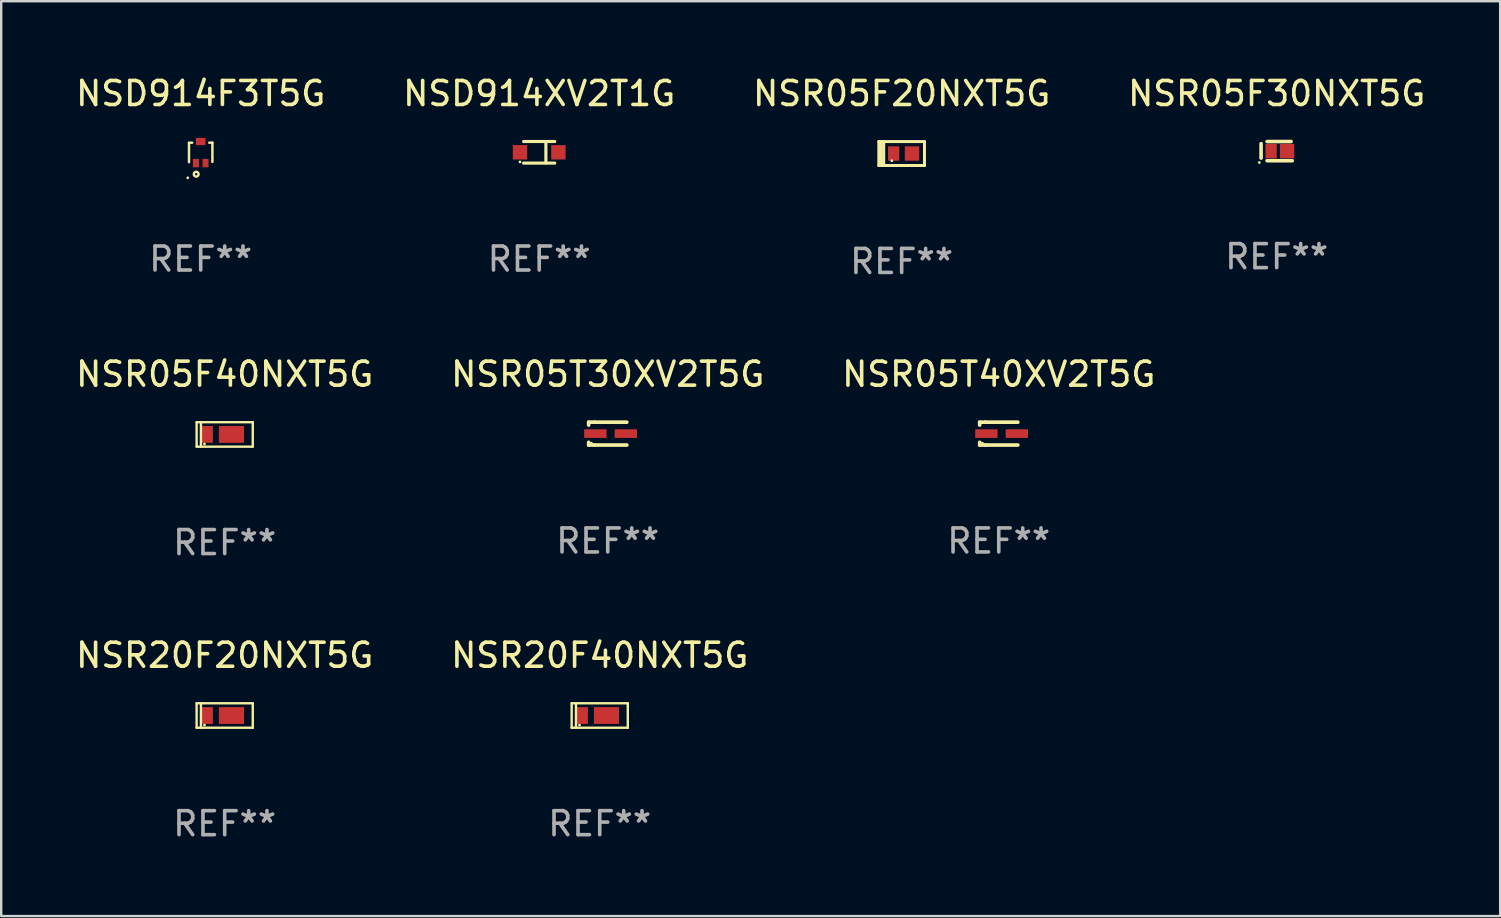
<source format=kicad_pcb>
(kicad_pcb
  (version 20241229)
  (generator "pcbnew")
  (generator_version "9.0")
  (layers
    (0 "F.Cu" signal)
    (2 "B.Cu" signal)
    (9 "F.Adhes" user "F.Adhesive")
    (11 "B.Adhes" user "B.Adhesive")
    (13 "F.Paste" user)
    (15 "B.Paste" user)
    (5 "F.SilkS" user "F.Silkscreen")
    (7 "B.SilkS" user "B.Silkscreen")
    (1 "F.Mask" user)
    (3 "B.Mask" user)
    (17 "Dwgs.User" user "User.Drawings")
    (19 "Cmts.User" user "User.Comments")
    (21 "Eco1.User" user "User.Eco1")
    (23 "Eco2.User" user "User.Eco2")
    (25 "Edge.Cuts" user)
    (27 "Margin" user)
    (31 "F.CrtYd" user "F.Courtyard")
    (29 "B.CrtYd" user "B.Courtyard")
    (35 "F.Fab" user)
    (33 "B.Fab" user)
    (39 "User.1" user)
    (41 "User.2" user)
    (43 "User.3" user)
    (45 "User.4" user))
  (footprint "NSD914F3T5G"
    (layer "F.Cu")
    (at 5.315 3.298)
    (property "Reference" "NSD914F3T5G" (at 0 -2.45 0) (layer "F.SilkS") (effects (font (size 1 1) (thickness 0.15))))
    (attr through_hole)
    (fp_line (start -0.488 0.412) (end -0.488 -0.388) (stroke (width 0.102) (type solid)) (layer "F.SilkS"))
    (fp_line (start -0.355 -0.4) (end -0.488 -0.4) (stroke (width 0.102) (type solid)) (layer "F.SilkS"))
    (fp_line (start 0.488 -0.4) (end 0.355 -0.4) (stroke (width 0.102) (type solid)) (layer "F.SilkS"))
    (fp_line (start 0.488 -0.4) (end 0.488 0.4) (stroke (width 0.102) (type solid)) (layer "F.SilkS"))
    (fp_circle (center -0.539 1.063) (end -0.509 1.063) (stroke (width 0.06) (type solid)) (fill no) (layer "F.SilkS"))
    (fp_circle (center -0.188 0.912) (end -0.088 0.912) (stroke (width 0.102) (type solid)) (fill no) (layer "F.SilkS"))
    (fp_text user "REF**" (at 0 4.45 0) (layer "F.Fab") (effects (font (size 1 1) (thickness 0.15))))
    (pad "1" smd rect (at -0.2 0.45 90) (size 0.35 0.25) (layers "F.Cu" "F.Mask" "F.Paste"))
    (pad "2" smd rect (at 0.2 0.45 90) (size 0.35 0.25) (layers "F.Cu" "F.Mask" "F.Paste"))
    (pad "3" smd rect (at -0.000229 -0.45 90) (size 0.3 0.4) (layers "F.Cu" "F.Mask" "F.Paste")))
  (footprint "NSR05F40NXT5G"
    (layer "F.Cu")
    (at 6.315 15.056)
    (property "Reference" "NSR05F40NXT5G" (at 0 -2.51 0) (layer "F.SilkS") (effects (font (size 1 1) (thickness 0.15))))
    (attr through_hole)
    (fp_line (start -1.17 -0.51) (end -1.17 0.51) (stroke (width 0.1) (type solid)) (layer "F.SilkS"))
    (fp_line (start -1.17 -0.51) (end 1.17 -0.51) (stroke (width 0.1) (type solid)) (layer "F.SilkS"))
    (fp_line (start -1.17 0.51) (end 1.17 0.51) (stroke (width 0.1) (type solid)) (layer "F.SilkS"))
    (fp_line (start -0.99 -0.51) (end -0.99 0.51) (stroke (width 0.1) (type solid)) (layer "F.SilkS"))
    (fp_line (start 1.17 -0.51) (end 1.17 0.51) (stroke (width 0.1) (type solid)) (layer "F.SilkS"))
    (fp_circle (center -0.842 0.4) (end -0.812 0.4) (stroke (width 0.06) (type solid)) (fill no) (layer "F.SilkS"))
    (fp_text user "REF**" (at 0 4.51 0) (layer "F.Fab") (effects (font (size 1 1) (thickness 0.15))))
    (pad "1" smd rect (at -0.753 0) (size 0.52 0.7) (layers "F.Cu" "F.Mask" "F.Paste"))
    (pad "2" smd rect (at 0.282 0) (size 1.05 0.7) (layers "F.Cu" "F.Mask" "F.Paste")))
  (footprint "NSD914XV2T1G"
    (layer "F.Cu")
    (at 19.423 3.298)
    (property "Reference" "NSD914XV2T1G" (at 0 -2.45 0) (layer "F.SilkS") (effects (font (size 1 1) (thickness 0.15))))
    (attr through_hole)
    (fp_line (start -0.65 -0.45) (end 0.65 -0.45) (stroke (width 0.13) (type solid)) (layer "F.SilkS"))
    (fp_line (start -0.65 0.45) (end 0.65 0.45) (stroke (width 0.13) (type solid)) (layer "F.SilkS"))
    (fp_line (start 0.279 -0.406) (end 0.279 0.444) (stroke (width 0.13) (type solid)) (layer "F.SilkS"))
    (fp_circle (center -0.8 0.4) (end -0.77 0.4) (stroke (width 0.06) (type solid)) (fill no) (layer "F.SilkS"))
    (fp_text user "REF**" (at 0 4.45 0) (layer "F.Fab") (effects (font (size 1 1) (thickness 0.15))))
    (pad "1" smd rect (at -0.8 0) (size 0.6 0.6) (layers "F.Cu" "F.Mask" "F.Paste"))
    (pad "2" smd rect (at 0.8 0 180) (size 0.6 0.6) (layers "F.Cu" "F.Mask" "F.Paste")))
  (footprint "NSR05T30XV2T5G"
    (layer "F.Cu")
    (at 22.28 15.022)
    (property "Reference" "NSR05T30XV2T5G" (at 0 -2.476 0) (layer "F.SilkS") (effects (font (size 1 1) (thickness 0.15))))
    (attr through_hole)
    (fp_line (start -0.795 -0.476) (end -0.795 -0.356) (stroke (width 0.152) (type solid)) (layer "F.SilkS"))
    (fp_line (start -0.795 0.363) (end -0.795 0.476) (stroke (width 0.152) (type solid)) (layer "F.SilkS"))
    (fp_line (start -0.795 0.476) (end -0.557 0.476) (stroke (width 0.152) (type solid)) (layer "F.SilkS"))
    (fp_line (start -0.557 -0.476) (end -0.795 -0.476) (stroke (width 0.152) (type solid)) (layer "F.SilkS"))
    (fp_line (start -0.557 -0.476) (end 0.795 -0.476) (stroke (width 0.152) (type solid)) (layer "F.SilkS"))
    (fp_line (start -0.557 0.476) (end 0.795 0.476) (stroke (width 0.152) (type solid)) (layer "F.SilkS"))
    (fp_circle (center -0.681 0.4) (end -0.651 0.4) (stroke (width 0.06) (type solid)) (fill no) (layer "F.SilkS"))
    (fp_text user "REF**" (at 0 4.476 0) (layer "F.Fab") (effects (font (size 1 1) (thickness 0.15))))
    (pad "1" smd rect (at -0.516 0 180) (size 0.93 0.36) (layers "F.Cu" "F.Mask" "F.Paste"))
    (pad "2" smd rect (at 0.754 0 180) (size 0.93 0.36) (layers "F.Cu" "F.Mask" "F.Paste")))
  (footprint "NSR05T40XV2T5G"
    (layer "F.Cu")
    (at 38.577 15.022)
    (property "Reference" "NSR05T40XV2T5G" (at 0 -2.476 0) (layer "F.SilkS") (effects (font (size 1 1) (thickness 0.15))))
    (attr through_hole)
    (fp_line (start -0.795 -0.476) (end -0.795 -0.356) (stroke (width 0.152) (type solid)) (layer "F.SilkS"))
    (fp_line (start -0.795 0.363) (end -0.795 0.476) (stroke (width 0.152) (type solid)) (layer "F.SilkS"))
    (fp_line (start -0.795 0.476) (end -0.557 0.476) (stroke (width 0.152) (type solid)) (layer "F.SilkS"))
    (fp_line (start -0.557 -0.476) (end -0.795 -0.476) (stroke (width 0.152) (type solid)) (layer "F.SilkS"))
    (fp_line (start -0.557 -0.476) (end 0.795 -0.476) (stroke (width 0.152) (type solid)) (layer "F.SilkS"))
    (fp_line (start -0.557 0.476) (end 0.795 0.476) (stroke (width 0.152) (type solid)) (layer "F.SilkS"))
    (fp_circle (center -0.681 0.4) (end -0.651 0.4) (stroke (width 0.06) (type solid)) (fill no) (layer "F.SilkS"))
    (fp_text user "REF**" (at 0 4.476 0) (layer "F.Fab") (effects (font (size 1 1) (thickness 0.15))))
    (pad "1" smd rect (at -0.516 0 180) (size 0.93 0.36) (layers "F.Cu" "F.Mask" "F.Paste"))
    (pad "2" smd rect (at 0.754 0 180) (size 0.93 0.36) (layers "F.Cu" "F.Mask" "F.Paste")))
  (footprint "NSR05F20NXT5G"
    (layer "F.Cu")
    (at 34.53 3.349)
    (property "Reference" "NSR05F20NXT5G" (at 0 -2.5 0) (layer "F.SilkS") (effects (font (size 1 1) (thickness 0.15))))
    (attr through_hole)
    (fp_line (start -0.951 -0.5) (end -0.951 0.5) (stroke (width 0.125) (type solid)) (layer "F.SilkS"))
    (fp_line (start -0.951 0.5) (end -0.851 0.5) (stroke (width 0.125) (type solid)) (layer "F.SilkS"))
    (fp_line (start -0.851 0.5) (end -0.85 0.5) (stroke (width 0.125) (type solid)) (layer "F.SilkS"))
    (fp_line (start -0.85 -0.5) (end -0.951 -0.5) (stroke (width 0.125) (type solid)) (layer "F.SilkS"))
    (fp_line (start -0.85 -0.5) (end 0.951 -0.5) (stroke (width 0.125) (type solid)) (layer "F.SilkS"))
    (fp_line (start -0.85 0.201) (end -0.85 0.399) (stroke (width 0.125) (type solid)) (layer "F.SilkS"))
    (fp_line (start -0.85 0.399) (end -0.85 -0.5) (stroke (width 0.125) (type solid)) (layer "F.SilkS"))
    (fp_line (start -0.85 0.5) (end -0.85 0.399) (stroke (width 0.125) (type solid)) (layer "F.SilkS"))
    (fp_line (start -0.748 -0.5) (end -0.748 0.5) (stroke (width 0.125) (type solid)) (layer "F.SilkS"))
    (fp_line (start 0.951 -0.5) (end 0.951 0.5) (stroke (width 0.125) (type solid)) (layer "F.SilkS"))
    (fp_line (start 0.951 0.5) (end -0.85 0.5) (stroke (width 0.125) (type solid)) (layer "F.SilkS"))
    (fp_circle (center -0.411 0.3) (end -0.381 0.3) (stroke (width 0.06) (type solid)) (fill no) (layer "F.SilkS"))
    (fp_text user "REF**" (at 0 4.5 0) (layer "F.Fab") (effects (font (size 1 1) (thickness 0.15))))
    (pad "1" smd rect (at -0.333 -0.000419) (size 0.47 0.6) (layers "F.Cu" "F.Mask" "F.Paste"))
    (pad "2" smd rect (at 0.432 -0.000419) (size 0.6 0.6) (layers "F.Cu" "F.Mask" "F.Paste")))
  (footprint "NSR20F20NXT5G"
    (layer "F.Cu")
    (at 6.315 26.772)
    (property "Reference" "NSR20F20NXT5G" (at 0 -2.51 0) (layer "F.SilkS") (effects (font (size 1 1) (thickness 0.15))))
    (attr through_hole)
    (fp_line (start -1.17 -0.51) (end -1.17 0.51) (stroke (width 0.1) (type solid)) (layer "F.SilkS"))
    (fp_line (start -1.17 -0.51) (end 1.17 -0.51) (stroke (width 0.1) (type solid)) (layer "F.SilkS"))
    (fp_line (start -1.17 0.51) (end 1.17 0.51) (stroke (width 0.1) (type solid)) (layer "F.SilkS"))
    (fp_line (start -0.99 -0.51) (end -0.99 0.51) (stroke (width 0.1) (type solid)) (layer "F.SilkS"))
    (fp_line (start 1.17 -0.51) (end 1.17 0.51) (stroke (width 0.1) (type solid)) (layer "F.SilkS"))
    (fp_circle (center -0.842 0.4) (end -0.812 0.4) (stroke (width 0.06) (type solid)) (fill no) (layer "F.SilkS"))
    (fp_text user "REF**" (at 0 4.51 0) (layer "F.Fab") (effects (font (size 1 1) (thickness 0.15))))
    (pad "1" smd rect (at -0.753 0) (size 0.52 0.7) (layers "F.Cu" "F.Mask" "F.Paste"))
    (pad "2" smd rect (at 0.282 0) (size 1.05 0.7) (layers "F.Cu" "F.Mask" "F.Paste")))
  (footprint "NSR20F40NXT5G"
    (layer "F.Cu")
    (at 21.946 26.772)
    (property "Reference" "NSR20F40NXT5G" (at 0 -2.51 0) (layer "F.SilkS") (effects (font (size 1 1) (thickness 0.15))))
    (attr through_hole)
    (fp_line (start -1.17 -0.51) (end -1.17 0.51) (stroke (width 0.1) (type solid)) (layer "F.SilkS"))
    (fp_line (start -1.17 -0.51) (end 1.17 -0.51) (stroke (width 0.1) (type solid)) (layer "F.SilkS"))
    (fp_line (start -1.17 0.51) (end 1.17 0.51) (stroke (width 0.1) (type solid)) (layer "F.SilkS"))
    (fp_line (start -0.99 -0.51) (end -0.99 0.51) (stroke (width 0.1) (type solid)) (layer "F.SilkS"))
    (fp_line (start 1.17 -0.51) (end 1.17 0.51) (stroke (width 0.1) (type solid)) (layer "F.SilkS"))
    (fp_circle (center -0.842 0.4) (end -0.812 0.4) (stroke (width 0.06) (type solid)) (fill no) (layer "F.SilkS"))
    (fp_text user "REF**" (at 0 4.51 0) (layer "F.Fab") (effects (font (size 1 1) (thickness 0.15))))
    (pad "1" smd rect (at -0.753 0) (size 0.52 0.7) (layers "F.Cu" "F.Mask" "F.Paste"))
    (pad "2" smd rect (at 0.282 0) (size 1.05 0.7) (layers "F.Cu" "F.Mask" "F.Paste")))
  (footprint "NSR05F30NXT5G"
    (layer "F.Cu")
    (at 50.161 3.248)
    (property "Reference" "NSR05F30NXT5G" (at 0 -2.4 0) (layer "F.SilkS") (effects (font (size 1 1) (thickness 0.15))))
    (attr through_hole)
    (fp_line (start -0.65 -0.31) (end -0.65 0.29) (stroke (width 0.15) (type solid)) (layer "F.SilkS"))
    (fp_line (start -0.4 -0.4) (end 0.6 -0.4) (stroke (width 0.15) (type solid)) (layer "F.SilkS"))
    (fp_line (start -0.4 0.4) (end 0.65 0.4) (stroke (width 0.15) (type solid)) (layer "F.SilkS"))
    (fp_circle (center -0.725 0.475) (end -0.695 0.475) (stroke (width 0.06) (type solid)) (fill no) (layer "F.SilkS"))
    (fp_text user "REF**" (at 0 4.4 0) (layer "F.Fab") (effects (font (size 1 1) (thickness 0.15))))
    (pad "1" smd rect (at -0.233 0 90) (size 0.6 0.47) (layers "F.Cu" "F.Mask" "F.Paste"))
    (pad "2" smd rect (at 0.432 0) (size 0.6 0.6) (layers "F.Cu" "F.Mask" "F.Paste")))
  (gr_rect
    (start -3 -3)
    (end 59.476 35.13)
    (stroke (width 0.1) (type default))
    (fill no)
    (layer "Edge.Cuts")))
</source>
